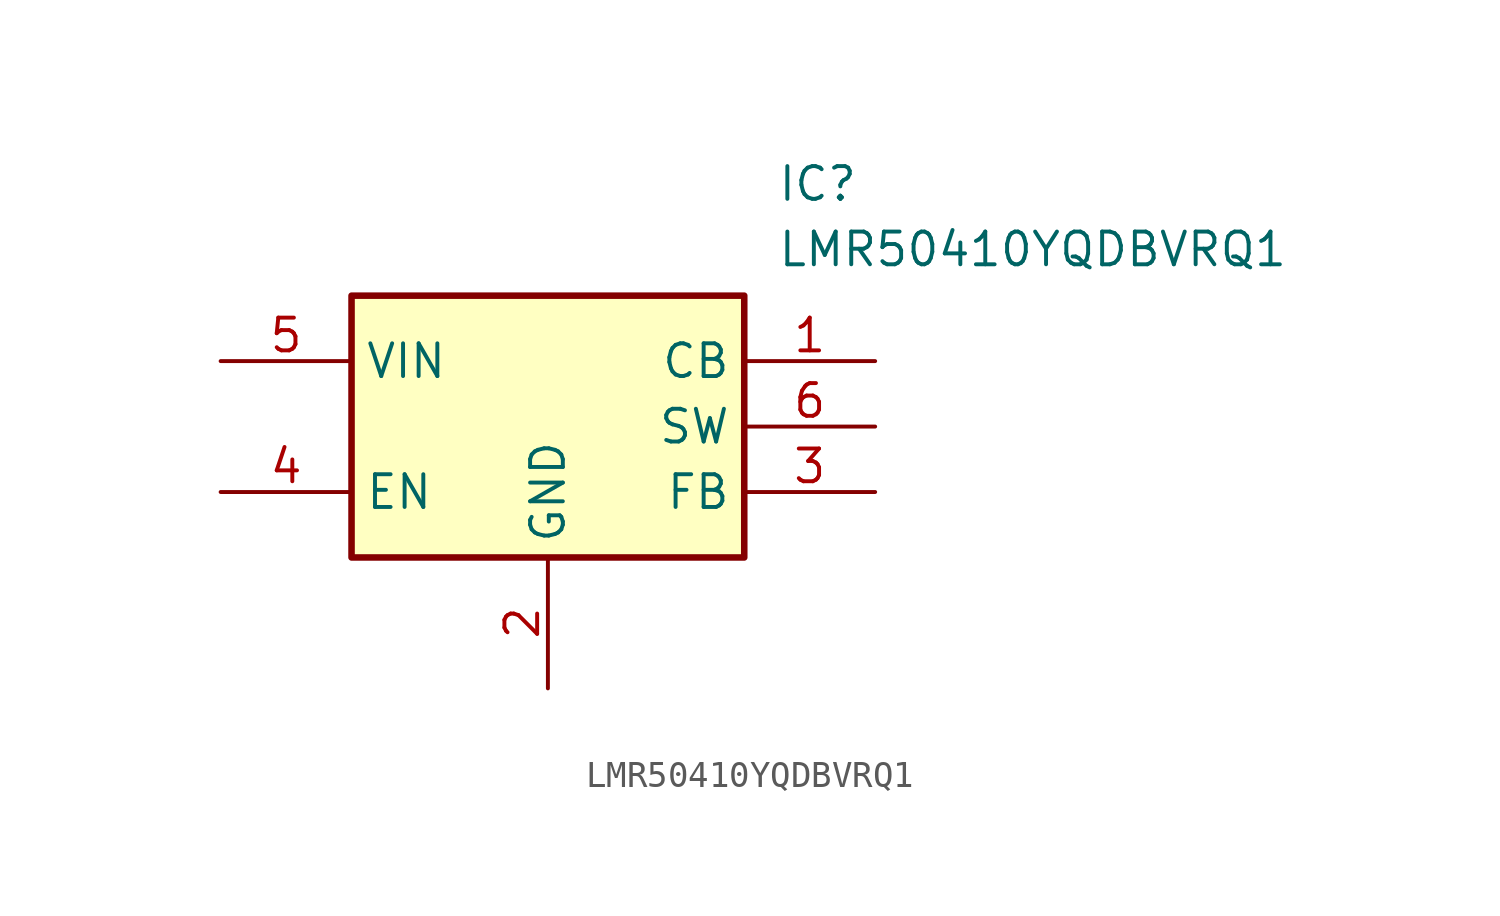
<source format=kicad_sym>
(kicad_symbol_lib
  (version 20220914)
  (generator kicad_symbol_editor)
  (symbol "LMR50410YQDBVRQ1"
    (property "Reference" "IC"
      (at 21.59 7.62 0)
      (effects (font (size 1.27 1.27)) (justify left top)))
    (property "Value" "LMR50410YQDBVRQ1"
      (at 21.59 5.08 0)
      (effects (font (size 1.27 1.27)) (justify left top)))
    (symbol "LMR50410YQDBVRQ1_1_1"
      (rectangle (start 5.08 2.54) (end 20.32 -7.62) (stroke (width 0.254) (type default)) (fill (type background)))
      (pin passive line (at 25.4 0 180) (length 5.08) (name "CB" (effects (font (size 1.27 1.27)))) (number "1" (effects (font (size 1.27 1.27)))))
      (pin passive line (at 12.7 -12.7 90) (length 5.08) (name "GND" (effects (font (size 1.27 1.27)))) (number "2" (effects (font (size 1.27 1.27)))))
      (pin passive line (at 25.4 -5.08 180) (length 5.08) (name "FB" (effects (font (size 1.27 1.27)))) (number "3" (effects (font (size 1.27 1.27)))))
      (pin passive line (at 0 -5.08 0) (length 5.08) (name "EN" (effects (font (size 1.27 1.27)))) (number "4" (effects (font (size 1.27 1.27)))))
      (pin passive line (at 0 0 0) (length 5.08) (name "VIN" (effects (font (size 1.27 1.27)))) (number "5" (effects (font (size 1.27 1.27)))))
      (pin passive line (at 25.4 -2.54 180) (length 5.08) (name "SW" (effects (font (size 1.27 1.27)))) (number "6" (effects (font (size 1.27 1.27))))))))
</source>
